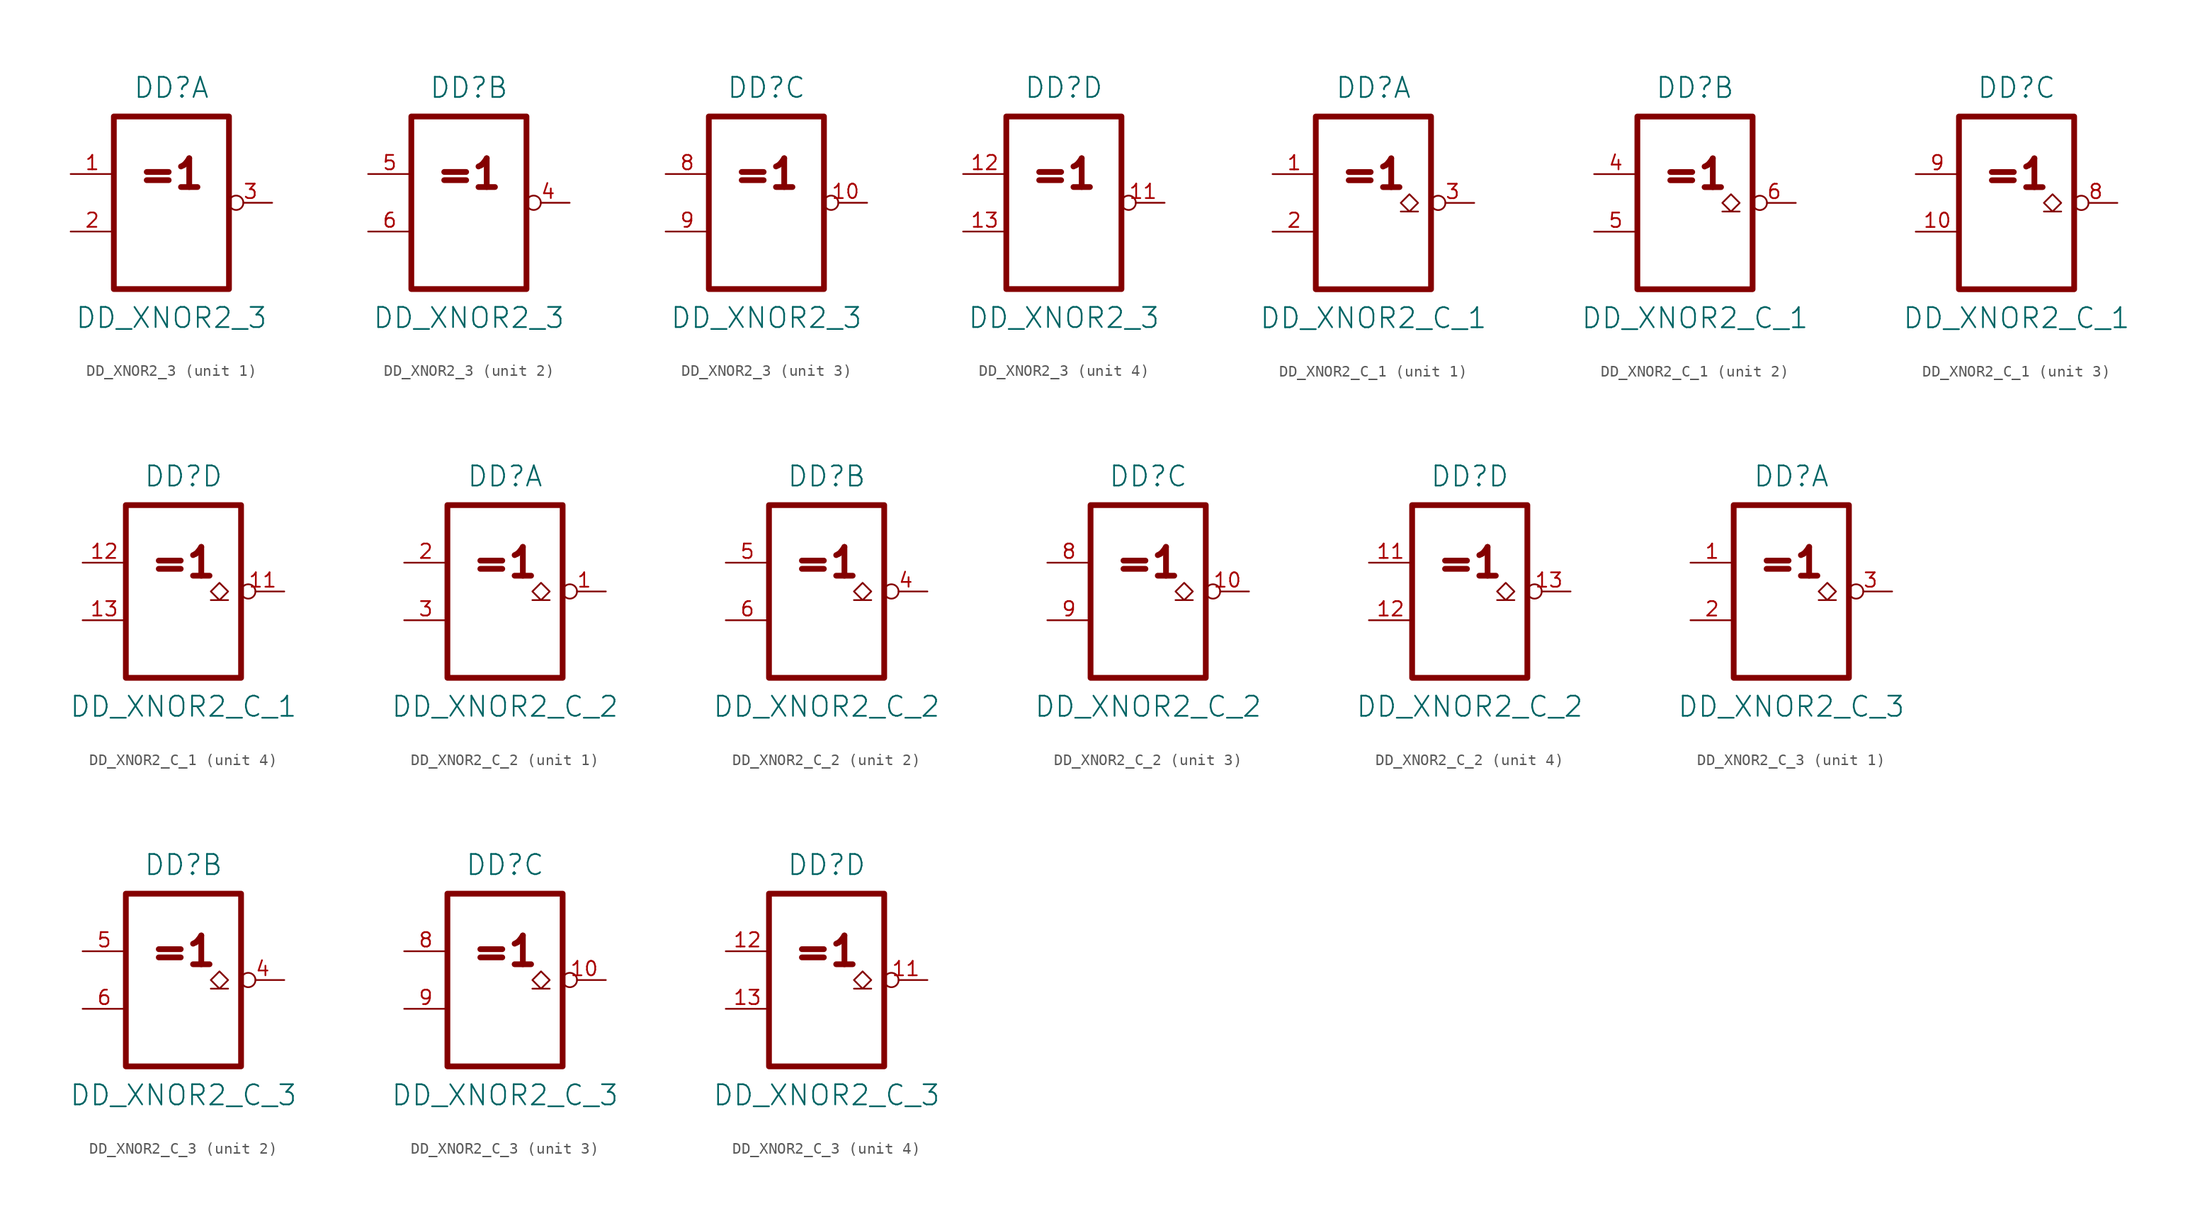
<source format=kicad_sym>
(kicad_symbol_lib
  (version 20211014)
  (generator kicad_symbol_editor)
  (symbol "DD_XNOR2_3"
    (pin_names
      (offset 1.27))
    (property "Reference" "DD"
      (at 0 10.16 0)
      (effects (font (size 1.778 1.778))))
    (property "Value" "DD_XNOR2_3"
      (at 0 -10.16 0)
      (effects (font (size 1.778 1.778))))
    (symbol "DD_XNOR2_3_0_0"
      (text "=1" (at 0 2.54 0) (effects (font (size 2.54 2.54) bold))))
    (symbol "DD_XNOR2_3_0_1"
      (rectangle (start -5.08 7.62) (end 5.08 -7.62) (stroke (width 0.508) (type default) (color 0 0 0 0)) (fill (type none)))
      (pin power_in non_logic (at 8.89 5.08 180) (length 3.81) hide (name "VCC" (effects (font (size 1.27 1.27)))) (number "14" (effects (font (size 1.27 1.27)))))
      (pin power_in non_logic (at 8.89 -5.08 180) (length 3.81) hide (name "GND" (effects (font (size 1.27 1.27)))) (number "7" (effects (font (size 1.27 1.27))))))
    (symbol "DD_XNOR2_3_1_1"
      (pin input line (at -8.89 2.54 0) (length 3.81) (name "~" (effects (font (size 1.778 1.778)))) (number "1" (effects (font (size 1.27 1.27)))))
      (pin input line (at -8.89 -2.54 0) (length 3.81) (name "~" (effects (font (size 1.778 1.778)))) (number "2" (effects (font (size 1.27 1.27)))))
      (pin output inverted (at 8.89 0 180) (length 3.81) (name "~" (effects (font (size 1.778 1.778)))) (number "3" (effects (font (size 1.27 1.27))))))
    (symbol "DD_XNOR2_3_2_1"
      (pin output inverted (at 8.89 0 180) (length 3.81) (name "~" (effects (font (size 1.778 1.778)))) (number "4" (effects (font (size 1.27 1.27)))))
      (pin input line (at -8.89 2.54 0) (length 3.81) (name "~" (effects (font (size 1.778 1.778)))) (number "5" (effects (font (size 1.27 1.27)))))
      (pin input line (at -8.89 -2.54 0) (length 3.81) (name "~" (effects (font (size 1.778 1.778)))) (number "6" (effects (font (size 1.27 1.27))))))
    (symbol "DD_XNOR2_3_3_1"
      (pin output inverted (at 8.89 0 180) (length 3.81) (name "~" (effects (font (size 1.778 1.778)))) (number "10" (effects (font (size 1.27 1.27)))))
      (pin input line (at -8.89 2.54 0) (length 3.81) (name "~" (effects (font (size 1.778 1.778)))) (number "8" (effects (font (size 1.27 1.27)))))
      (pin input line (at -8.89 -2.54 0) (length 3.81) (name "~" (effects (font (size 1.778 1.778)))) (number "9" (effects (font (size 1.27 1.27))))))
    (symbol "DD_XNOR2_3_4_1"
      (pin output inverted (at 8.89 0 180) (length 3.81) (name "~" (effects (font (size 1.778 1.778)))) (number "11" (effects (font (size 1.27 1.27)))))
      (pin input line (at -8.89 2.54 0) (length 3.81) (name "~" (effects (font (size 1.778 1.778)))) (number "12" (effects (font (size 1.27 1.27)))))
      (pin input line (at -8.89 -2.54 0) (length 3.81) (name "~" (effects (font (size 1.778 1.778)))) (number "13" (effects (font (size 1.27 1.27)))))))
  (symbol "DD_XNOR2_C_1"
    (pin_names
      (offset 1.27))
    (property "Reference" "DD"
      (at 0 10.16 0)
      (effects (font (size 1.778 1.778))))
    (property "Value" "DD_XNOR2_C_1"
      (at 0 -10.16 0)
      (effects (font (size 1.778 1.778))))
    (symbol "DD_XNOR2_C_1_0_0"
      (text "=1" (at 0 2.54 0) (effects (font (size 2.54 2.54) bold))))
    (symbol "DD_XNOR2_C_1_0_1"
      (rectangle (start -5.08 7.62) (end 5.08 -7.62) (stroke (width 0.508) (type default) (color 0 0 0 0)) (fill (type none)))
      (polyline (pts (xy 2.413 -0.762) (xy 3.175 -0.762) (xy 2.413 0) (xy 3.175 0.762) (xy 3.937 0) (xy 3.175 -0.762) (xy 3.937 -0.762)) (stroke (width 0) (type default) (color 0 0 0 0)) (fill (type none)))
      (pin power_in non_logic (at 8.89 5.08 180) (length 3.81) hide (name "VCC" (effects (font (size 1.27 1.27)))) (number "14" (effects (font (size 1.27 1.27)))))
      (pin power_in non_logic (at 8.89 -5.08 180) (length 3.81) hide (name "GND" (effects (font (size 1.27 1.27)))) (number "7" (effects (font (size 1.27 1.27))))))
    (symbol "DD_XNOR2_C_1_1_1"
      (pin input line (at -8.89 2.54 0) (length 3.81) (name "~" (effects (font (size 1.778 1.778)))) (number "1" (effects (font (size 1.27 1.27)))))
      (pin input line (at -8.89 -2.54 0) (length 3.81) (name "~" (effects (font (size 1.778 1.778)))) (number "2" (effects (font (size 1.27 1.27)))))
      (pin output inverted (at 8.89 0 180) (length 3.81) (name "~" (effects (font (size 1.778 1.778)))) (number "3" (effects (font (size 1.27 1.27))))))
    (symbol "DD_XNOR2_C_1_2_1"
      (pin input line (at -8.89 2.54 0) (length 3.81) (name "~" (effects (font (size 1.778 1.778)))) (number "4" (effects (font (size 1.27 1.27)))))
      (pin input line (at -8.89 -2.54 0) (length 3.81) (name "~" (effects (font (size 1.778 1.778)))) (number "5" (effects (font (size 1.27 1.27)))))
      (pin output inverted (at 8.89 0 180) (length 3.81) (name "~" (effects (font (size 1.778 1.778)))) (number "6" (effects (font (size 1.27 1.27))))))
    (symbol "DD_XNOR2_C_1_3_1"
      (pin input line (at -8.89 -2.54 0) (length 3.81) (name "~" (effects (font (size 1.778 1.778)))) (number "10" (effects (font (size 1.27 1.27)))))
      (pin output inverted (at 8.89 0 180) (length 3.81) (name "~" (effects (font (size 1.778 1.778)))) (number "8" (effects (font (size 1.27 1.27)))))
      (pin input line (at -8.89 2.54 0) (length 3.81) (name "~" (effects (font (size 1.778 1.778)))) (number "9" (effects (font (size 1.27 1.27))))))
    (symbol "DD_XNOR2_C_1_4_1"
      (pin output inverted (at 8.89 0 180) (length 3.81) (name "~" (effects (font (size 1.778 1.778)))) (number "11" (effects (font (size 1.27 1.27)))))
      (pin input line (at -8.89 2.54 0) (length 3.81) (name "~" (effects (font (size 1.778 1.778)))) (number "12" (effects (font (size 1.27 1.27)))))
      (pin input line (at -8.89 -2.54 0) (length 3.81) (name "~" (effects (font (size 1.778 1.778)))) (number "13" (effects (font (size 1.27 1.27)))))))
  (symbol "DD_XNOR2_C_2"
    (pin_names
      (offset 1.27))
    (property "Reference" "DD"
      (at 0 10.16 0)
      (effects (font (size 1.778 1.778))))
    (property "Value" "DD_XNOR2_C_2"
      (at 0 -10.16 0)
      (effects (font (size 1.778 1.778))))
    (symbol "DD_XNOR2_C_2_0_0"
      (text "=1" (at 0 2.54 0) (effects (font (size 2.54 2.54) bold))))
    (symbol "DD_XNOR2_C_2_0_1"
      (rectangle (start -5.08 7.62) (end 5.08 -7.62) (stroke (width 0.508) (type default) (color 0 0 0 0)) (fill (type none)))
      (polyline (pts (xy 2.413 -0.762) (xy 3.175 -0.762) (xy 2.413 0) (xy 3.175 0.762) (xy 3.937 0) (xy 3.175 -0.762) (xy 3.937 -0.762)) (stroke (width 0) (type default) (color 0 0 0 0)) (fill (type none)))
      (pin power_in non_logic (at 8.89 5.08 180) (length 3.81) hide (name "VCC" (effects (font (size 1.27 1.27)))) (number "14" (effects (font (size 1.27 1.27)))))
      (pin power_in non_logic (at 8.89 -5.08 180) (length 3.81) hide (name "GND" (effects (font (size 1.27 1.27)))) (number "7" (effects (font (size 1.27 1.27))))))
    (symbol "DD_XNOR2_C_2_1_1"
      (pin output inverted (at 8.89 0 180) (length 3.81) (name "~" (effects (font (size 1.778 1.778)))) (number "1" (effects (font (size 1.27 1.27)))))
      (pin input line (at -8.89 2.54 0) (length 3.81) (name "~" (effects (font (size 1.778 1.778)))) (number "2" (effects (font (size 1.27 1.27)))))
      (pin input line (at -8.89 -2.54 0) (length 3.81) (name "~" (effects (font (size 1.778 1.778)))) (number "3" (effects (font (size 1.27 1.27))))))
    (symbol "DD_XNOR2_C_2_2_1"
      (pin output inverted (at 8.89 0 180) (length 3.81) (name "~" (effects (font (size 1.778 1.778)))) (number "4" (effects (font (size 1.27 1.27)))))
      (pin input line (at -8.89 2.54 0) (length 3.81) (name "~" (effects (font (size 1.778 1.778)))) (number "5" (effects (font (size 1.27 1.27)))))
      (pin input line (at -8.89 -2.54 0) (length 3.81) (name "~" (effects (font (size 1.778 1.778)))) (number "6" (effects (font (size 1.27 1.27))))))
    (symbol "DD_XNOR2_C_2_3_1"
      (pin output inverted (at 8.89 0 180) (length 3.81) (name "~" (effects (font (size 1.778 1.778)))) (number "10" (effects (font (size 1.27 1.27)))))
      (pin input line (at -8.89 2.54 0) (length 3.81) (name "~" (effects (font (size 1.778 1.778)))) (number "8" (effects (font (size 1.27 1.27)))))
      (pin input line (at -8.89 -2.54 0) (length 3.81) (name "~" (effects (font (size 1.778 1.778)))) (number "9" (effects (font (size 1.27 1.27))))))
    (symbol "DD_XNOR2_C_2_4_1"
      (pin input line (at -8.89 2.54 0) (length 3.81) (name "~" (effects (font (size 1.778 1.778)))) (number "11" (effects (font (size 1.27 1.27)))))
      (pin input line (at -8.89 -2.54 0) (length 3.81) (name "~" (effects (font (size 1.778 1.778)))) (number "12" (effects (font (size 1.27 1.27)))))
      (pin output inverted (at 8.89 0 180) (length 3.81) (name "~" (effects (font (size 1.778 1.778)))) (number "13" (effects (font (size 1.27 1.27)))))))
  (symbol "DD_XNOR2_C_3"
    (pin_names
      (offset 1.27))
    (property "Reference" "DD"
      (at 0 10.16 0)
      (effects (font (size 1.778 1.778))))
    (property "Value" "DD_XNOR2_C_3"
      (at 0 -10.16 0)
      (effects (font (size 1.778 1.778))))
    (symbol "DD_XNOR2_C_3_0_0"
      (text "=1" (at 0 2.54 0) (effects (font (size 2.54 2.54) bold))))
    (symbol "DD_XNOR2_C_3_0_1"
      (rectangle (start -5.08 7.62) (end 5.08 -7.62) (stroke (width 0.508) (type default) (color 0 0 0 0)) (fill (type none)))
      (polyline (pts (xy 2.413 -0.762) (xy 3.175 -0.762) (xy 2.413 0) (xy 3.175 0.762) (xy 3.937 0) (xy 3.175 -0.762) (xy 3.937 -0.762)) (stroke (width 0) (type default) (color 0 0 0 0)) (fill (type none)))
      (pin power_in non_logic (at 8.89 5.08 180) (length 3.81) hide (name "VCC" (effects (font (size 1.27 1.27)))) (number "14" (effects (font (size 1.27 1.27)))))
      (pin power_in non_logic (at 8.89 -5.08 180) (length 3.81) hide (name "GND" (effects (font (size 1.27 1.27)))) (number "7" (effects (font (size 1.27 1.27))))))
    (symbol "DD_XNOR2_C_3_1_1"
      (pin input line (at -8.89 2.54 0) (length 3.81) (name "~" (effects (font (size 1.778 1.778)))) (number "1" (effects (font (size 1.27 1.27)))))
      (pin input line (at -8.89 -2.54 0) (length 3.81) (name "~" (effects (font (size 1.778 1.778)))) (number "2" (effects (font (size 1.27 1.27)))))
      (pin output inverted (at 8.89 0 180) (length 3.81) (name "~" (effects (font (size 1.778 1.778)))) (number "3" (effects (font (size 1.27 1.27))))))
    (symbol "DD_XNOR2_C_3_2_1"
      (pin output inverted (at 8.89 0 180) (length 3.81) (name "~" (effects (font (size 1.778 1.778)))) (number "4" (effects (font (size 1.27 1.27)))))
      (pin input line (at -8.89 2.54 0) (length 3.81) (name "~" (effects (font (size 1.778 1.778)))) (number "5" (effects (font (size 1.27 1.27)))))
      (pin input line (at -8.89 -2.54 0) (length 3.81) (name "~" (effects (font (size 1.778 1.778)))) (number "6" (effects (font (size 1.27 1.27))))))
    (symbol "DD_XNOR2_C_3_3_1"
      (pin output inverted (at 8.89 0 180) (length 3.81) (name "~" (effects (font (size 1.778 1.778)))) (number "10" (effects (font (size 1.27 1.27)))))
      (pin input line (at -8.89 2.54 0) (length 3.81) (name "~" (effects (font (size 1.778 1.778)))) (number "8" (effects (font (size 1.27 1.27)))))
      (pin input line (at -8.89 -2.54 0) (length 3.81) (name "~" (effects (font (size 1.778 1.778)))) (number "9" (effects (font (size 1.27 1.27))))))
    (symbol "DD_XNOR2_C_3_4_1"
      (pin output inverted (at 8.89 0 180) (length 3.81) (name "~" (effects (font (size 1.778 1.778)))) (number "11" (effects (font (size 1.27 1.27)))))
      (pin input line (at -8.89 2.54 0) (length 3.81) (name "~" (effects (font (size 1.778 1.778)))) (number "12" (effects (font (size 1.27 1.27)))))
      (pin input line (at -8.89 -2.54 0) (length 3.81) (name "~" (effects (font (size 1.778 1.778)))) (number "13" (effects (font (size 1.27 1.27))))))))
</source>
